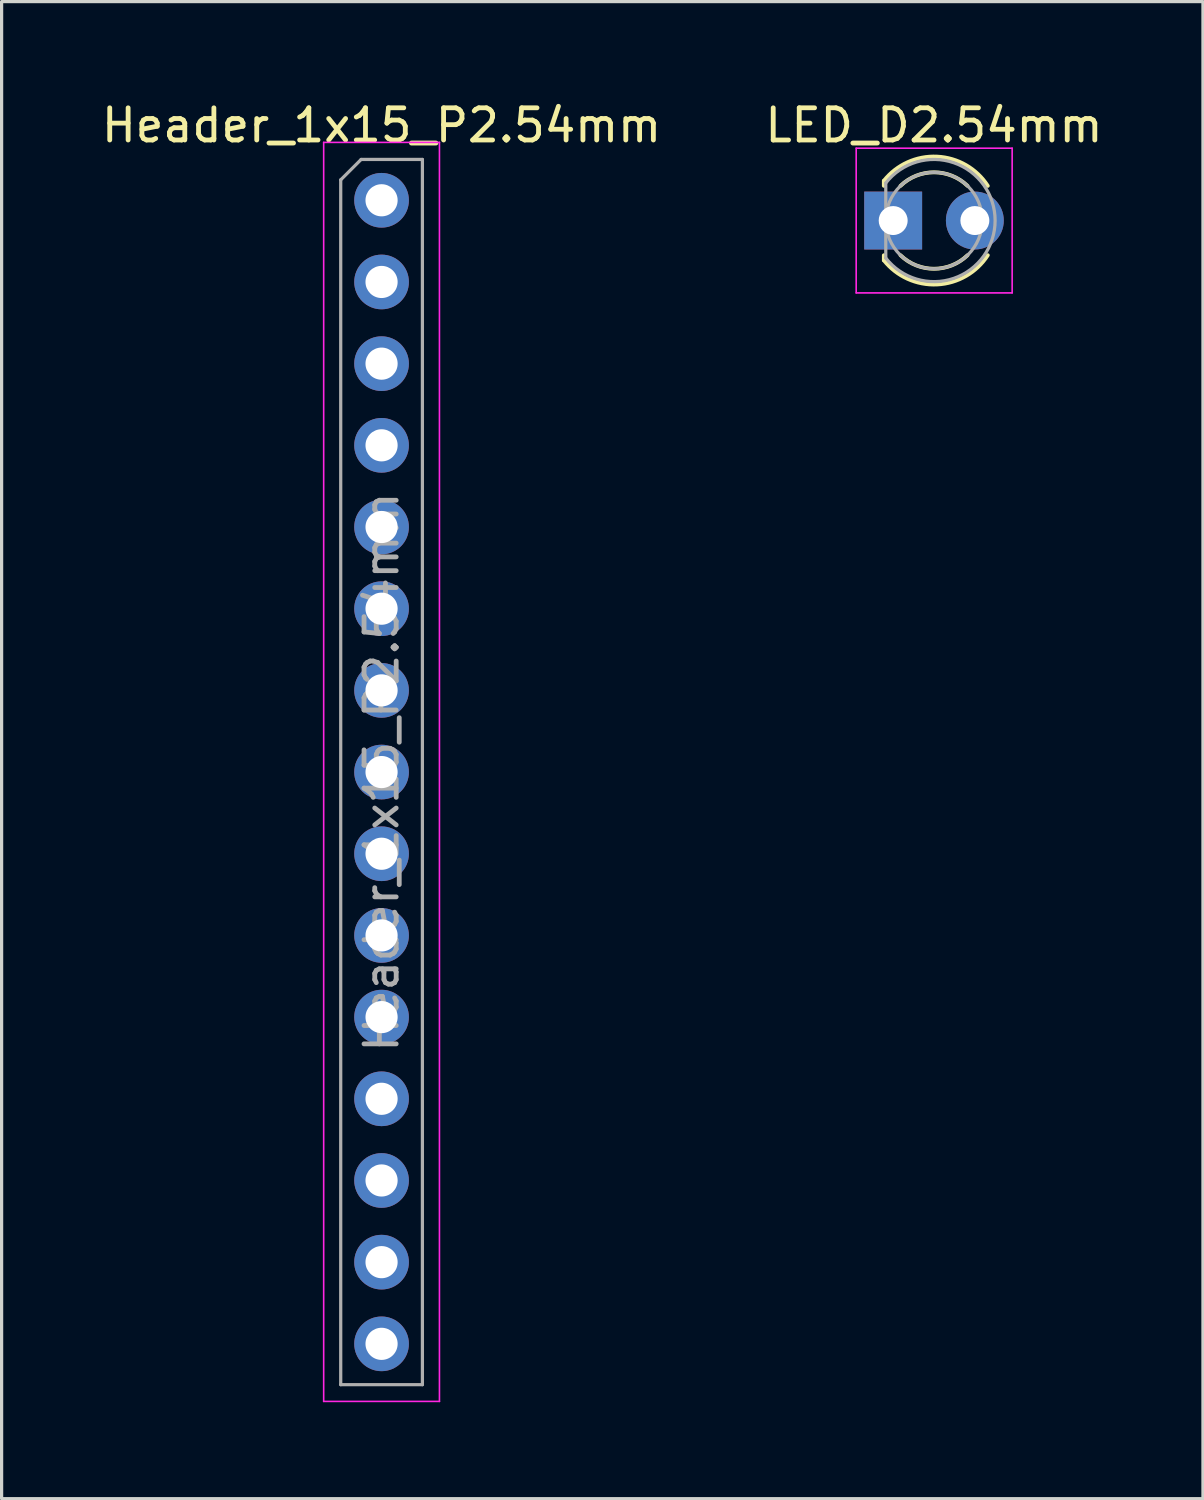
<source format=kicad_pcb>
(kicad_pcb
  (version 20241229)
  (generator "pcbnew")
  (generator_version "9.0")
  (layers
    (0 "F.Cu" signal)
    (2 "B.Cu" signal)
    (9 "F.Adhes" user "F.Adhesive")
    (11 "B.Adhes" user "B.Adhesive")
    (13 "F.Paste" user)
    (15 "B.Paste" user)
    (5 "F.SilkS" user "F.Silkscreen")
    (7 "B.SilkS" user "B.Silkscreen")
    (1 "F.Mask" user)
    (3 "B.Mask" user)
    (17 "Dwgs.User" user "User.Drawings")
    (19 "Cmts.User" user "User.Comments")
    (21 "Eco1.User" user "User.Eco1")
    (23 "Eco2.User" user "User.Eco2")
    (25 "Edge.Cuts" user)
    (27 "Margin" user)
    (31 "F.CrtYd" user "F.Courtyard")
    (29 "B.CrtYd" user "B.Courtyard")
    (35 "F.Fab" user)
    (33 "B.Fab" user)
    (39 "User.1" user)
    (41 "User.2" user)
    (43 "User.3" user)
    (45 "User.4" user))
  (footprint "LED_D2.54mm"
    (layer "F.Cu")
    (at 24.724 3.808)
    (property "Reference" "LED_D2.54mm" (at 1.27 -2.96 0) (layer "F.SilkS") (effects (font (size 1 1) (thickness 0.15))))
    (attr through_hole)
    (fp_line (start -0.29 -1.236) (end -0.29 -1.08) (stroke (width 0.12) (type solid)) (layer "F.SilkS"))
    (fp_line (start -0.29 1.08) (end -0.29 1.236) (stroke (width 0.12) (type solid)) (layer "F.SilkS"))
    (fp_arc (start -0.29 -1.235516) (mid 1.366487 -1.987659) (end 2.942335 -1.078608) (stroke (width 0.12) (type solid)) (layer "F.SilkS"))
    (fp_arc (start 0.229039 -1.08) (mid 1.270117 -1.5) (end 2.31113 -1.079837) (stroke (width 0.12) (type solid)) (layer "F.SilkS"))
    (fp_arc (start 2.31113 1.079837) (mid 1.270117 1.5) (end 0.229039 1.08) (stroke (width 0.12) (type solid)) (layer "F.SilkS"))
    (fp_arc (start 2.942335 1.078608) (mid 1.366487 1.987659) (end -0.29 1.235516) (stroke (width 0.12) (type solid)) (layer "F.SilkS"))
    (fp_line (start -1.15 -2.25) (end -1.15 2.25) (stroke (width 0.05) (type solid)) (layer "F.CrtYd"))
    (fp_line (start -1.15 2.25) (end 3.7 2.25) (stroke (width 0.05) (type solid)) (layer "F.CrtYd"))
    (fp_line (start 3.7 -2.25) (end -1.15 -2.25) (stroke (width 0.05) (type solid)) (layer "F.CrtYd"))
    (fp_line (start 3.7 2.25) (end 3.7 -2.25) (stroke (width 0.05) (type solid)) (layer "F.CrtYd"))
    (fp_line (start -0.23 -1.166) (end -0.23 1.166) (stroke (width 0.1) (type solid)) (layer "F.Fab"))
    (fp_arc (start -0.23 -1.16619) (mid 3.17 0.000452) (end -0.230555 1.165476) (stroke (width 0.1) (type solid)) (layer "F.Fab"))
    (fp_circle (center 1.27 0) (end 2.77 0) (stroke (width 0.1) (type solid)) (fill no) (layer "F.Fab"))
    (pad "1" thru_hole rect (at 0 0) (size 1.8 1.8) (drill 0.9) (layers "*.Cu" "*.Mask"))
    (pad "2" thru_hole circle (at 2.54 0) (size 1.8 1.8) (drill 0.9) (layers "*.Cu" "*.Mask")))
  (footprint "Header_1x15_P2.54mm"
    (layer "F.Cu")
    (at 8.815 3.178)
    (property "Reference" "Header_1x15_P2.54mm" (at 0 -2.33 0) (layer "F.SilkS") (effects (font (size 1 1) (thickness 0.15))))
    (attr through_hole)
    (fp_line (start -1.8 -1.8) (end -1.8 37.35) (stroke (width 0.05) (type solid)) (layer "F.CrtYd"))
    (fp_line (start -1.8 37.35) (end 1.8 37.35) (stroke (width 0.05) (type solid)) (layer "F.CrtYd"))
    (fp_line (start 1.8 -1.8) (end -1.8 -1.8) (stroke (width 0.05) (type solid)) (layer "F.CrtYd"))
    (fp_line (start 1.8 37.35) (end 1.8 -1.8) (stroke (width 0.05) (type solid)) (layer "F.CrtYd"))
    (fp_line (start -1.27 -0.635) (end -0.635 -1.27) (stroke (width 0.1) (type solid)) (layer "F.Fab"))
    (fp_line (start -1.27 36.83) (end -1.27 -0.635) (stroke (width 0.1) (type solid)) (layer "F.Fab"))
    (fp_line (start -0.635 -1.27) (end 1.27 -1.27) (stroke (width 0.1) (type solid)) (layer "F.Fab"))
    (fp_line (start 1.27 -1.27) (end 1.27 36.83) (stroke (width 0.1) (type solid)) (layer "F.Fab"))
    (fp_line (start 1.27 36.83) (end -1.27 36.83) (stroke (width 0.1) (type solid)) (layer "F.Fab"))
    (fp_text user "${REFERENCE}" (at 0 17.78 270) (layer "F.Fab") (effects (font (size 1 1) (thickness 0.15))))
    (pad "1" thru_hole circle (at 0 0) (size 1.7 1.7) (drill 1) (layers "*.Cu" "*.Mask"))
    (pad "2" thru_hole oval (at 0 2.54) (size 1.7 1.7) (drill 1) (layers "*.Cu" "*.Mask"))
    (pad "3" thru_hole oval (at 0 5.08) (size 1.7 1.7) (drill 1) (layers "*.Cu" "*.Mask"))
    (pad "4" thru_hole oval (at 0 7.62) (size 1.7 1.7) (drill 1) (layers "*.Cu" "*.Mask"))
    (pad "5" thru_hole oval (at 0 10.16) (size 1.7 1.7) (drill 1) (layers "*.Cu" "*.Mask"))
    (pad "6" thru_hole oval (at 0 12.7) (size 1.7 1.7) (drill 1) (layers "*.Cu" "*.Mask"))
    (pad "7" thru_hole oval (at 0 15.24) (size 1.7 1.7) (drill 1) (layers "*.Cu" "*.Mask"))
    (pad "8" thru_hole oval (at 0 17.78) (size 1.7 1.7) (drill 1) (layers "*.Cu" "*.Mask"))
    (pad "9" thru_hole oval (at 0 20.32) (size 1.7 1.7) (drill 1) (layers "*.Cu" "*.Mask"))
    (pad "10" thru_hole oval (at 0 22.86) (size 1.7 1.7) (drill 1) (layers "*.Cu" "*.Mask"))
    (pad "11" thru_hole oval (at 0 25.4) (size 1.7 1.7) (drill 1) (layers "*.Cu" "*.Mask"))
    (pad "12" thru_hole oval (at 0 27.94) (size 1.7 1.7) (drill 1) (layers "*.Cu" "*.Mask"))
    (pad "13" thru_hole oval (at 0 30.48) (size 1.7 1.7) (drill 1) (layers "*.Cu" "*.Mask"))
    (pad "14" thru_hole oval (at 0 33.02) (size 1.7 1.7) (drill 1) (layers "*.Cu" "*.Mask"))
    (pad "15" thru_hole oval (at 0 35.56) (size 1.7 1.7) (drill 1) (layers "*.Cu" "*.Mask")))
  (gr_rect
    (start -3 -3)
    (end 34.357 43.553)
    (stroke (width 0.1) (type default))
    (fill no)
    (layer "Edge.Cuts")))
</source>
